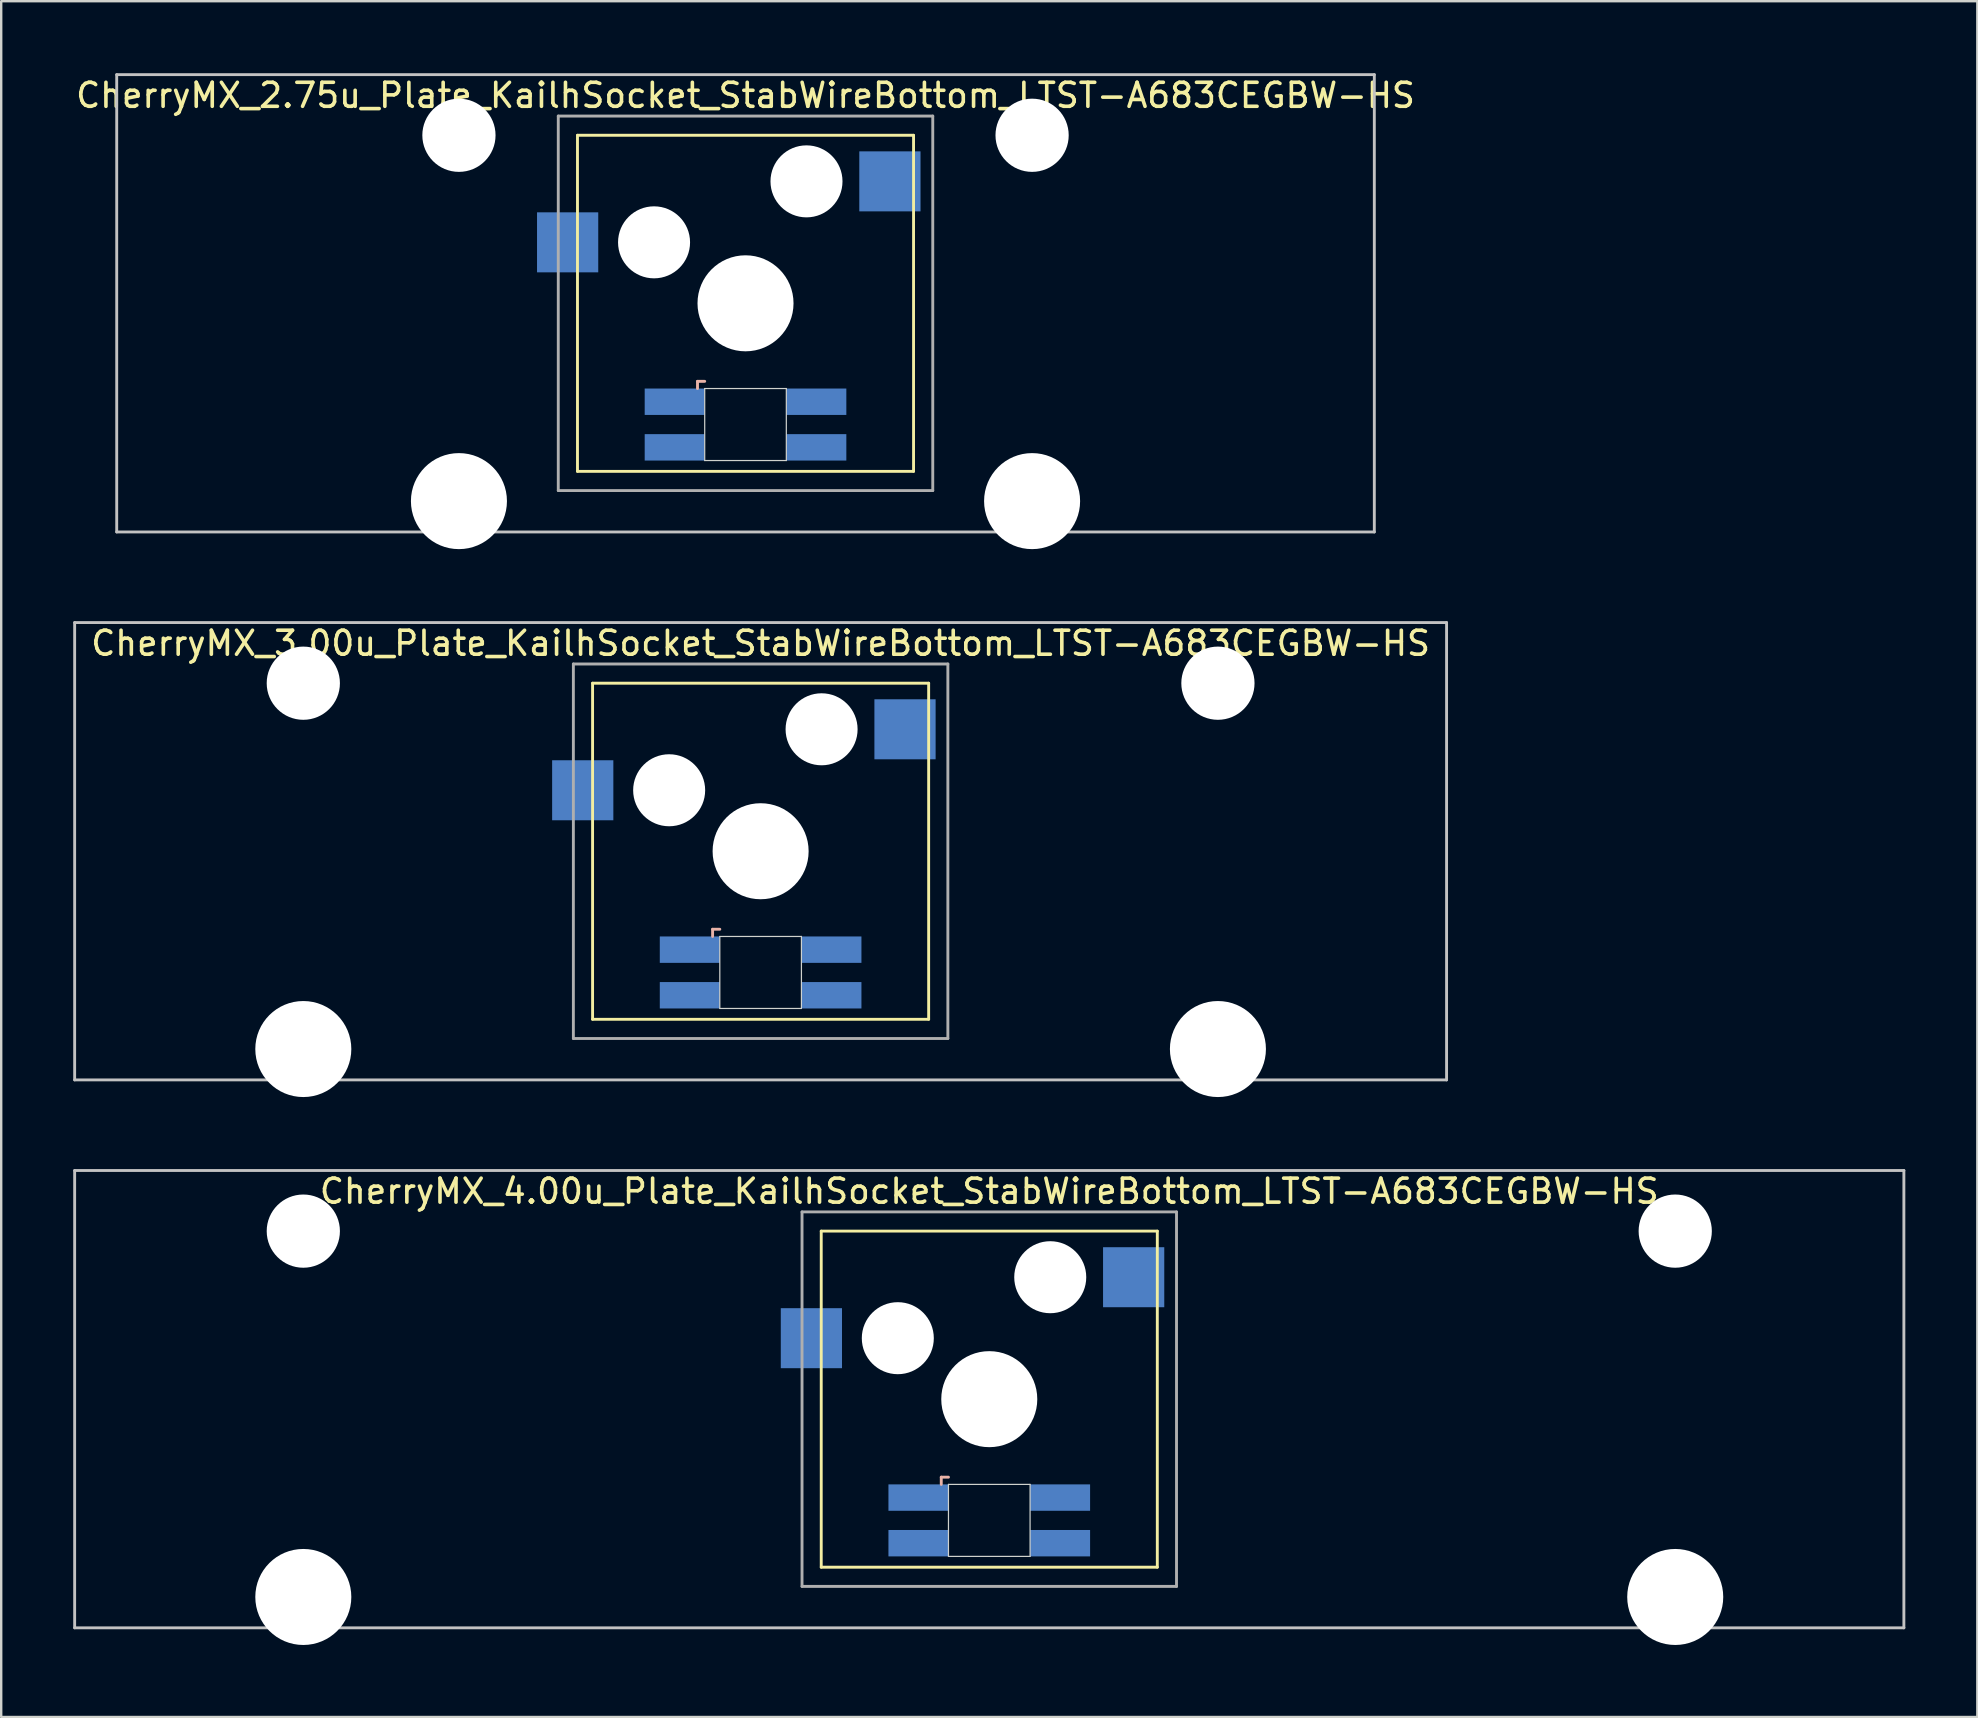
<source format=kicad_pcb>
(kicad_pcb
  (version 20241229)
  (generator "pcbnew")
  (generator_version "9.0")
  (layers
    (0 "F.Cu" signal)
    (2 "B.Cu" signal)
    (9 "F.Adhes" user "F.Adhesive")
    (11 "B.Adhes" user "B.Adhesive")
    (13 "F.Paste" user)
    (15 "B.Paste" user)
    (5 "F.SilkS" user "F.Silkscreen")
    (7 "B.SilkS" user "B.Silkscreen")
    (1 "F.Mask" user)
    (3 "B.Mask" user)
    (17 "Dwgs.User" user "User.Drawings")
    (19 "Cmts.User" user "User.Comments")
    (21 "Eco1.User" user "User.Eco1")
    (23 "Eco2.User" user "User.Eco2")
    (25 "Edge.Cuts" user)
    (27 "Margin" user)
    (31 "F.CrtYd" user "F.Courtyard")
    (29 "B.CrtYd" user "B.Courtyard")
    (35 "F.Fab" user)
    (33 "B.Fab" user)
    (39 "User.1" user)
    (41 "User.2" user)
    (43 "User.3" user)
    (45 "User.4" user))
  (footprint "CherryMX_4.00u_Plate_KailhSocket_StabWireBottom_LTST-A683CEGBW-HS"
    (layer "F.Cu")
    (at 38.16 55.235)
    (property "Reference" "CherryMX_4.00u_Plate_KailhSocket_StabWireBottom_LTST-A683CEGBW-HS" (at 0 -8.662 0) (layer "F.SilkS") (effects (font (size 1 1) (thickness 0.15))))
    (attr through_hole)
    (fp_line (start -7 -7) (end -7 7) (stroke (width 0.12) (type solid)) (layer "F.SilkS"))
    (fp_line (start -7 -7) (end 7 -7) (stroke (width 0.12) (type solid)) (layer "F.SilkS"))
    (fp_line (start 7 -7) (end 7 7) (stroke (width 0.12) (type solid)) (layer "F.SilkS"))
    (fp_line (start 7 7) (end -7 7) (stroke (width 0.12) (type solid)) (layer "F.SilkS"))
    (fp_line (start -2 3.25) (end -2 3.55) (stroke (width 0.12) (type solid)) (layer "B.SilkS"))
    (fp_line (start -1.7 3.25) (end -2 3.25) (stroke (width 0.12) (type solid)) (layer "B.SilkS"))
    (fp_line (start -38.1 -9.525) (end 38.1 -9.525) (stroke (width 0.12) (type solid)) (layer "Dwgs.User"))
    (fp_line (start -38.1 9.525) (end -38.1 -9.525) (stroke (width 0.12) (type solid)) (layer "Dwgs.User"))
    (fp_line (start 38.1 -9.525) (end 38.1 9.525) (stroke (width 0.12) (type solid)) (layer "Dwgs.User"))
    (fp_line (start 38.1 9.525) (end -38.1 9.525) (stroke (width 0.12) (type solid)) (layer "Dwgs.User"))
    (fp_line (start -1.7 3.55) (end 1.7 3.55) (stroke (width 0.05) (type solid)) (layer "Edge.Cuts"))
    (fp_line (start -1.7 6.55) (end -1.7 3.55) (stroke (width 0.05) (type solid)) (layer "Edge.Cuts"))
    (fp_line (start 1.7 3.55) (end 1.7 6.55) (stroke (width 0.05) (type solid)) (layer "Edge.Cuts"))
    (fp_line (start 1.7 6.55) (end -1.7 6.55) (stroke (width 0.05) (type solid)) (layer "Edge.Cuts"))
    (fp_line (start -7.8 -7.8) (end -7.8 7.8) (stroke (width 0.12) (type solid)) (layer "F.Fab"))
    (fp_line (start -7.8 -7.8) (end 7.8 -7.8) (stroke (width 0.12) (type solid)) (layer "F.Fab"))
    (fp_line (start -7.8 7.8) (end 7.8 7.8) (stroke (width 0.12) (type solid)) (layer "F.Fab"))
    (fp_line (start 7.8 -7.8) (end 7.8 7.8) (stroke (width 0.12) (type solid)) (layer "F.Fab"))
    (pad "" np_thru_hole circle (at -28.575 -7) (size 3.05 3.05) (drill 3.05) (layers "*.Cu" "*.Mask"))
    (pad "" np_thru_hole circle (at -28.575 8.24) (size 4 4) (drill 4) (layers "*.Cu" "*.Mask"))
    (pad "" np_thru_hole circle (at -3.81 -2.54) (size 3 3) (drill 3) (layers "*.Cu" "*.Mask"))
    (pad "" np_thru_hole circle (at 0 0) (size 4 4) (drill 4) (layers "*.Cu" "*.Mask"))
    (pad "" np_thru_hole circle (at 2.54 -5.08) (size 3 3) (drill 3) (layers "*.Cu" "*.Mask"))
    (pad "" np_thru_hole circle (at 28.575 -7) (size 3.05 3.05) (drill 3.05) (layers "*.Cu" "*.Mask"))
    (pad "" np_thru_hole circle (at 28.575 8.24) (size 4 4) (drill 4) (layers "*.Cu" "*.Mask"))
    (pad "1" smd rect (at -7.41 -2.54) (size 2.55 2.5) (layers "B.Cu" "B.Mask" "B.Paste"))
    (pad "2" smd rect (at 6.015 -5.08) (size 2.55 2.5) (layers "B.Cu" "B.Mask" "B.Paste"))
    (pad "3" smd rect (at -2.95 4.1) (size 2.5 1.1) (layers "B.Cu" "B.Mask" "B.Paste"))
    (pad "4" smd rect (at -2.95 6) (size 2.5 1.1) (layers "B.Cu" "B.Mask" "B.Paste"))
    (pad "5" smd rect (at 2.95 4.1) (size 2.5 1.1) (layers "B.Cu" "B.Mask" "B.Paste"))
    (pad "6" smd rect (at 2.95 6) (size 2.5 1.1) (layers "B.Cu" "B.Mask" "B.Paste")))
  (footprint "CherryMX_2.75u_Plate_KailhSocket_StabWireBottom_LTST-A683CEGBW-HS"
    (layer "F.Cu")
    (at 28.006 9.585)
    (property "Reference" "CherryMX_2.75u_Plate_KailhSocket_StabWireBottom_LTST-A683CEGBW-HS" (at 0 -8.662 0) (layer "F.SilkS") (effects (font (size 1 1) (thickness 0.15))))
    (attr through_hole)
    (fp_line (start -7 -7) (end -7 7) (stroke (width 0.12) (type solid)) (layer "F.SilkS"))
    (fp_line (start -7 -7) (end 7 -7) (stroke (width 0.12) (type solid)) (layer "F.SilkS"))
    (fp_line (start 7 -7) (end 7 7) (stroke (width 0.12) (type solid)) (layer "F.SilkS"))
    (fp_line (start 7 7) (end -7 7) (stroke (width 0.12) (type solid)) (layer "F.SilkS"))
    (fp_line (start -2 3.25) (end -2 3.55) (stroke (width 0.12) (type solid)) (layer "B.SilkS"))
    (fp_line (start -1.7 3.25) (end -2 3.25) (stroke (width 0.12) (type solid)) (layer "B.SilkS"))
    (fp_line (start -26.194 -9.525) (end 26.194 -9.525) (stroke (width 0.12) (type solid)) (layer "Dwgs.User"))
    (fp_line (start -26.194 9.525) (end -26.194 -9.525) (stroke (width 0.12) (type solid)) (layer "Dwgs.User"))
    (fp_line (start 26.194 -9.525) (end 26.194 9.525) (stroke (width 0.12) (type solid)) (layer "Dwgs.User"))
    (fp_line (start 26.194 9.525) (end -26.194 9.525) (stroke (width 0.12) (type solid)) (layer "Dwgs.User"))
    (fp_line (start -1.7 3.55) (end 1.7 3.55) (stroke (width 0.05) (type solid)) (layer "Edge.Cuts"))
    (fp_line (start -1.7 6.55) (end -1.7 3.55) (stroke (width 0.05) (type solid)) (layer "Edge.Cuts"))
    (fp_line (start 1.7 3.55) (end 1.7 6.55) (stroke (width 0.05) (type solid)) (layer "Edge.Cuts"))
    (fp_line (start 1.7 6.55) (end -1.7 6.55) (stroke (width 0.05) (type solid)) (layer "Edge.Cuts"))
    (fp_line (start -7.8 -7.8) (end -7.8 7.8) (stroke (width 0.12) (type solid)) (layer "F.Fab"))
    (fp_line (start -7.8 -7.8) (end 7.8 -7.8) (stroke (width 0.12) (type solid)) (layer "F.Fab"))
    (fp_line (start -7.8 7.8) (end 7.8 7.8) (stroke (width 0.12) (type solid)) (layer "F.Fab"))
    (fp_line (start 7.8 -7.8) (end 7.8 7.8) (stroke (width 0.12) (type solid)) (layer "F.Fab"))
    (pad "" np_thru_hole circle (at -11.938 -7) (size 3.05 3.05) (drill 3.05) (layers "*.Cu" "*.Mask"))
    (pad "" np_thru_hole circle (at -11.938 8.24) (size 4 4) (drill 4) (layers "*.Cu" "*.Mask"))
    (pad "" np_thru_hole circle (at -3.81 -2.54) (size 3 3) (drill 3) (layers "*.Cu" "*.Mask"))
    (pad "" np_thru_hole circle (at 0 0) (size 4 4) (drill 4) (layers "*.Cu" "*.Mask"))
    (pad "" np_thru_hole circle (at 2.54 -5.08) (size 3 3) (drill 3) (layers "*.Cu" "*.Mask"))
    (pad "" np_thru_hole circle (at 11.938 -7) (size 3.05 3.05) (drill 3.05) (layers "*.Cu" "*.Mask"))
    (pad "" np_thru_hole circle (at 11.938 8.24) (size 4 4) (drill 4) (layers "*.Cu" "*.Mask"))
    (pad "1" smd rect (at -7.41 -2.54) (size 2.55 2.5) (layers "B.Cu" "B.Mask" "B.Paste"))
    (pad "2" smd rect (at 6.015 -5.08) (size 2.55 2.5) (layers "B.Cu" "B.Mask" "B.Paste"))
    (pad "3" smd rect (at -2.95 4.1) (size 2.5 1.1) (layers "B.Cu" "B.Mask" "B.Paste"))
    (pad "4" smd rect (at -2.95 6) (size 2.5 1.1) (layers "B.Cu" "B.Mask" "B.Paste"))
    (pad "5" smd rect (at 2.95 4.1) (size 2.5 1.1) (layers "B.Cu" "B.Mask" "B.Paste"))
    (pad "6" smd rect (at 2.95 6) (size 2.5 1.1) (layers "B.Cu" "B.Mask" "B.Paste")))
  (footprint "CherryMX_3.00u_Plate_KailhSocket_StabWireBottom_LTST-A683CEGBW-HS"
    (layer "F.Cu")
    (at 28.635 32.41)
    (property "Reference" "CherryMX_3.00u_Plate_KailhSocket_StabWireBottom_LTST-A683CEGBW-HS" (at 0 -8.662 0) (layer "F.SilkS") (effects (font (size 1 1) (thickness 0.15))))
    (attr through_hole)
    (fp_line (start -7 -7) (end -7 7) (stroke (width 0.12) (type solid)) (layer "F.SilkS"))
    (fp_line (start -7 -7) (end 7 -7) (stroke (width 0.12) (type solid)) (layer "F.SilkS"))
    (fp_line (start 7 -7) (end 7 7) (stroke (width 0.12) (type solid)) (layer "F.SilkS"))
    (fp_line (start 7 7) (end -7 7) (stroke (width 0.12) (type solid)) (layer "F.SilkS"))
    (fp_line (start -2 3.25) (end -2 3.55) (stroke (width 0.12) (type solid)) (layer "B.SilkS"))
    (fp_line (start -1.7 3.25) (end -2 3.25) (stroke (width 0.12) (type solid)) (layer "B.SilkS"))
    (fp_line (start -28.575 -9.525) (end 28.575 -9.525) (stroke (width 0.12) (type solid)) (layer "Dwgs.User"))
    (fp_line (start -28.575 9.525) (end -28.575 -9.525) (stroke (width 0.12) (type solid)) (layer "Dwgs.User"))
    (fp_line (start 28.575 -9.525) (end 28.575 9.525) (stroke (width 0.12) (type solid)) (layer "Dwgs.User"))
    (fp_line (start 28.575 9.525) (end -28.575 9.525) (stroke (width 0.12) (type solid)) (layer "Dwgs.User"))
    (fp_line (start -1.7 3.55) (end 1.7 3.55) (stroke (width 0.05) (type solid)) (layer "Edge.Cuts"))
    (fp_line (start -1.7 6.55) (end -1.7 3.55) (stroke (width 0.05) (type solid)) (layer "Edge.Cuts"))
    (fp_line (start 1.7 3.55) (end 1.7 6.55) (stroke (width 0.05) (type solid)) (layer "Edge.Cuts"))
    (fp_line (start 1.7 6.55) (end -1.7 6.55) (stroke (width 0.05) (type solid)) (layer "Edge.Cuts"))
    (fp_line (start -7.8 -7.8) (end -7.8 7.8) (stroke (width 0.12) (type solid)) (layer "F.Fab"))
    (fp_line (start -7.8 -7.8) (end 7.8 -7.8) (stroke (width 0.12) (type solid)) (layer "F.Fab"))
    (fp_line (start -7.8 7.8) (end 7.8 7.8) (stroke (width 0.12) (type solid)) (layer "F.Fab"))
    (fp_line (start 7.8 -7.8) (end 7.8 7.8) (stroke (width 0.12) (type solid)) (layer "F.Fab"))
    (pad "" np_thru_hole circle (at -19.05 -7) (size 3.05 3.05) (drill 3.05) (layers "*.Cu" "*.Mask"))
    (pad "" np_thru_hole circle (at -19.05 8.24) (size 4 4) (drill 4) (layers "*.Cu" "*.Mask"))
    (pad "" np_thru_hole circle (at -3.81 -2.54) (size 3 3) (drill 3) (layers "*.Cu" "*.Mask"))
    (pad "" np_thru_hole circle (at 0 0) (size 4 4) (drill 4) (layers "*.Cu" "*.Mask"))
    (pad "" np_thru_hole circle (at 2.54 -5.08) (size 3 3) (drill 3) (layers "*.Cu" "*.Mask"))
    (pad "" np_thru_hole circle (at 19.05 -7) (size 3.05 3.05) (drill 3.05) (layers "*.Cu" "*.Mask"))
    (pad "" np_thru_hole circle (at 19.05 8.24) (size 4 4) (drill 4) (layers "*.Cu" "*.Mask"))
    (pad "1" smd rect (at -7.41 -2.54) (size 2.55 2.5) (layers "B.Cu" "B.Mask" "B.Paste"))
    (pad "2" smd rect (at 6.015 -5.08) (size 2.55 2.5) (layers "B.Cu" "B.Mask" "B.Paste"))
    (pad "3" smd rect (at -2.95 4.1) (size 2.5 1.1) (layers "B.Cu" "B.Mask" "B.Paste"))
    (pad "4" smd rect (at -2.95 6) (size 2.5 1.1) (layers "B.Cu" "B.Mask" "B.Paste"))
    (pad "5" smd rect (at 2.95 4.1) (size 2.5 1.1) (layers "B.Cu" "B.Mask" "B.Paste"))
    (pad "6" smd rect (at 2.95 6) (size 2.5 1.1) (layers "B.Cu" "B.Mask" "B.Paste")))
  (gr_rect
    (start -3 -3)
    (end 79.32 68.475)
    (stroke (width 0.1) (type default))
    (fill no)
    (layer "Edge.Cuts")))
</source>
